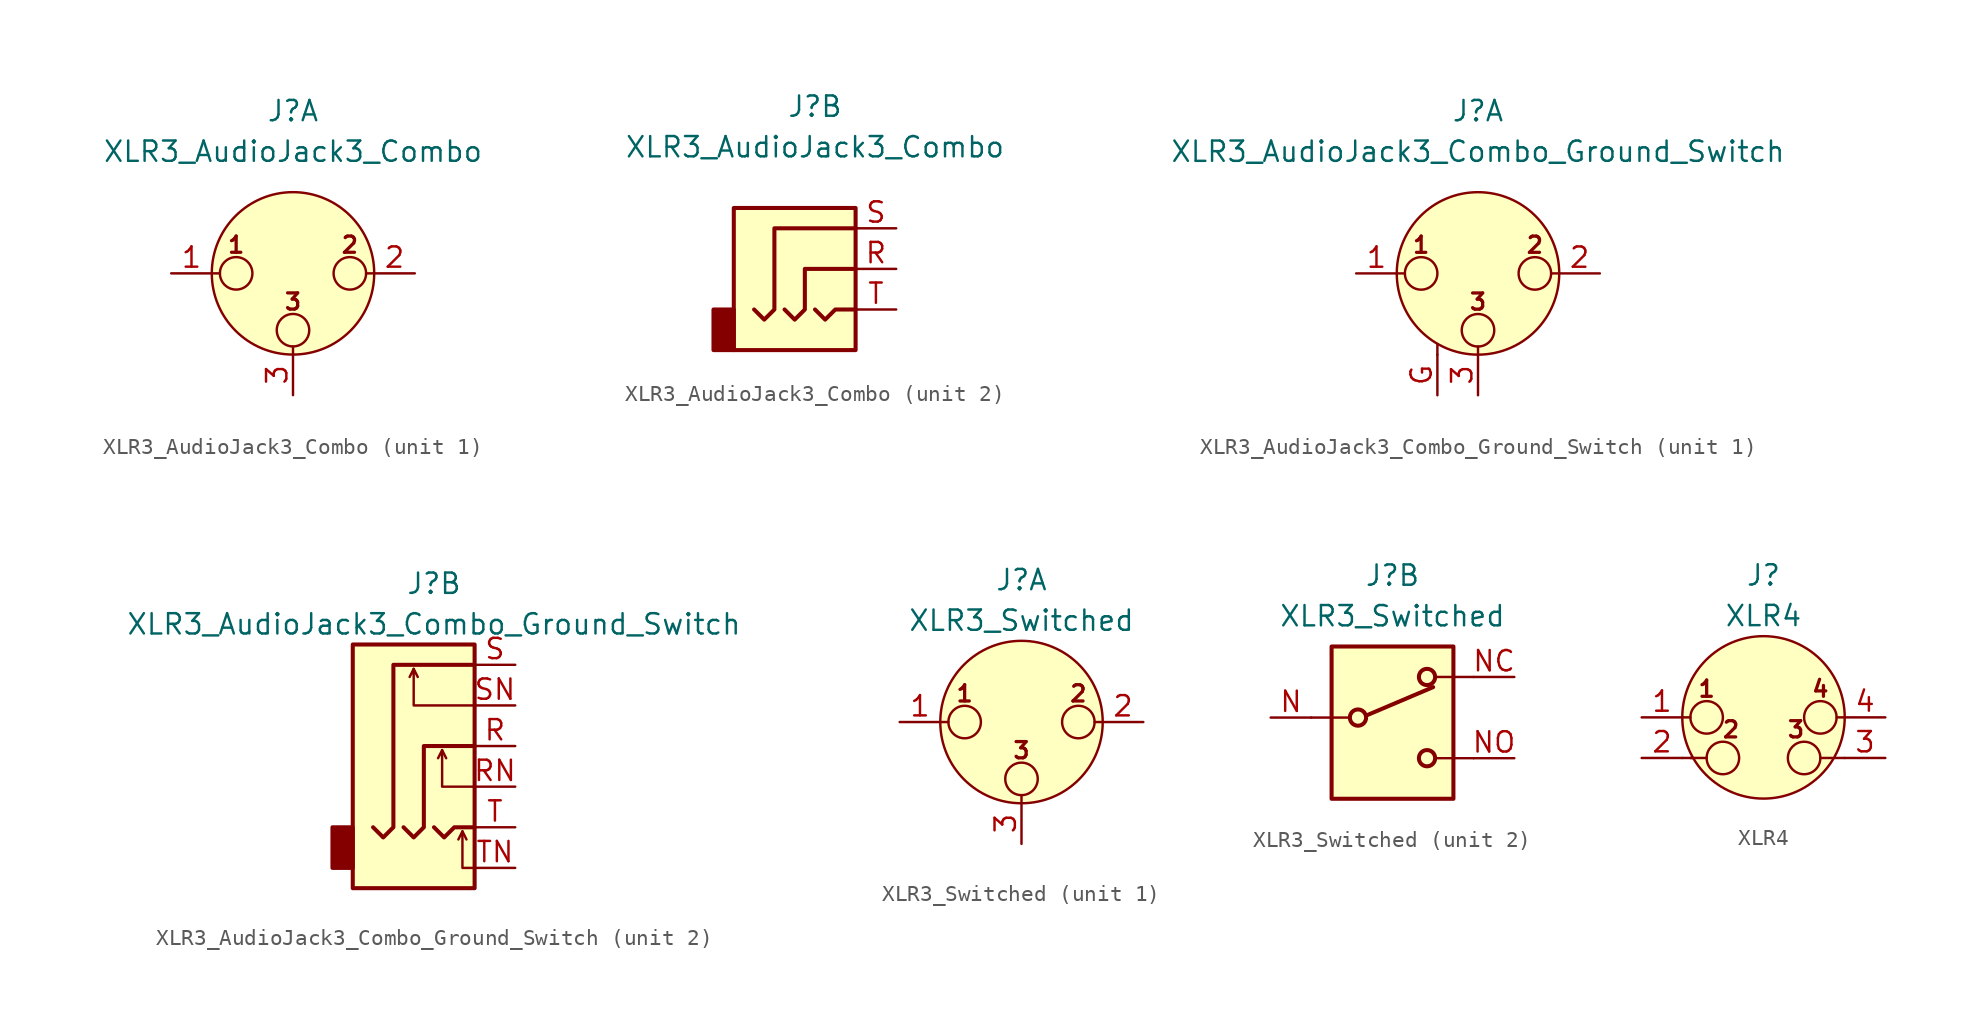
<source format=kicad_sym>
(kicad_symbol_lib
  (version 20220914)
  (generator kicad_symbol_editor)
  (symbol "XLR3_AudioJack3_Combo"
    (pin_names hide)
    (property "Reference" "J"
      (at 0 10.16 0)
      (effects (font (size 1.27 1.27))))
    (property "Value" "XLR3_AudioJack3_Combo"
      (at 0 7.62 0)
      (effects (font (size 1.27 1.27))))
    (symbol "XLR3_AudioJack3_Combo_1_1"
      (circle (center -3.556 0) (radius 1.016) (stroke (width 0) (type default)) (fill (type none)))
      (circle (center 0 -3.556) (radius 1.016) (stroke (width 0) (type default)) (fill (type none)))
      (polyline (pts (xy -5.08 0) (xy -4.572 0)) (stroke (width 0) (type default)) (fill (type none)))
      (polyline (pts (xy 0 -5.08) (xy 0 -4.572)) (stroke (width 0) (type default)) (fill (type none)))
      (polyline (pts (xy 5.08 0) (xy 4.572 0)) (stroke (width 0) (type default)) (fill (type none)))
      (circle (center 0 0) (radius 5.08) (stroke (width 0) (type default)) (fill (type background)))
      (circle (center 3.556 0) (radius 1.016) (stroke (width 0) (type default)) (fill (type none)))
      (text "1" (at -3.556 1.778 0) (effects (font (size 1.016 1.016) bold)))
      (text "2" (at 3.556 1.778 0) (effects (font (size 1.016 1.016) bold)))
      (text "3" (at 0 -1.778 0) (effects (font (size 1.016 1.016) bold)))
      (pin passive line (at -7.62 0 0) (length 2.54) (name "~" (effects (font (size 1.27 1.27)))) (number "1" (effects (font (size 1.27 1.27)))))
      (pin passive line (at 7.62 0 180) (length 2.54) (name "~" (effects (font (size 1.27 1.27)))) (number "2" (effects (font (size 1.27 1.27)))))
      (pin passive line (at 0 -7.62 90) (length 2.54) (name "~" (effects (font (size 1.27 1.27)))) (number "3" (effects (font (size 1.27 1.27))))))
    (symbol "XLR3_AudioJack3_Combo_2_1"
      (rectangle (start -5.08 -2.54) (end -6.35 -5.08) (stroke (width 0.254) (type default)) (fill (type outline)))
      (polyline (pts (xy 0 -2.54) (xy 0.635 -3.175) (xy 1.27 -2.54) (xy 2.54 -2.54)) (stroke (width 0.254) (type default)) (fill (type none)))
      (polyline (pts (xy -1.905 -2.54) (xy -1.27 -3.175) (xy -0.635 -2.54) (xy -0.635 0) (xy 2.54 0)) (stroke (width 0.254) (type default)) (fill (type none)))
      (polyline (pts (xy 2.54 2.54) (xy -2.54 2.54) (xy -2.54 -2.54) (xy -3.175 -3.175) (xy -3.81 -2.54)) (stroke (width 0.254) (type default)) (fill (type none)))
      (rectangle (start 2.54 3.81) (end -5.08 -5.08) (stroke (width 0.254) (type default)) (fill (type background)))
      (pin passive line (at 5.08 0 180) (length 2.54) (name "~" (effects (font (size 1.27 1.27)))) (number "R" (effects (font (size 1.27 1.27)))))
      (pin passive line (at 5.08 2.54 180) (length 2.54) (name "~" (effects (font (size 1.27 1.27)))) (number "S" (effects (font (size 1.27 1.27)))))
      (pin passive line (at 5.08 -2.54 180) (length 2.54) (name "~" (effects (font (size 1.27 1.27)))) (number "T" (effects (font (size 1.27 1.27)))))))
  (symbol "XLR3_AudioJack3_Combo_Ground_Switch"
    (pin_names hide)
    (property "Reference" "J"
      (at 0 10.16 0)
      (effects (font (size 1.27 1.27))))
    (property "Value" "XLR3_AudioJack3_Combo_Ground_Switch"
      (at 0 7.62 0)
      (effects (font (size 1.27 1.27))))
    (symbol "XLR3_AudioJack3_Combo_Ground_Switch_1_1"
      (circle (center -3.556 0) (radius 1.016) (stroke (width 0) (type default)) (fill (type none)))
      (circle (center 0 -3.556) (radius 1.016) (stroke (width 0) (type default)) (fill (type none)))
      (polyline (pts (xy -5.08 0) (xy -4.572 0)) (stroke (width 0) (type default)) (fill (type none)))
      (polyline (pts (xy -2.54 -5.08) (xy -2.54 -4.445)) (stroke (width 0) (type default)) (fill (type none)))
      (polyline (pts (xy 0 -5.08) (xy 0 -4.572)) (stroke (width 0) (type default)) (fill (type none)))
      (polyline (pts (xy 5.08 0) (xy 4.572 0)) (stroke (width 0) (type default)) (fill (type none)))
      (circle (center 0 0) (radius 5.08) (stroke (width 0) (type default)) (fill (type background)))
      (circle (center 3.556 0) (radius 1.016) (stroke (width 0) (type default)) (fill (type none)))
      (text "1" (at -3.556 1.778 0) (effects (font (size 1.016 1.016) bold)))
      (text "2" (at 3.556 1.778 0) (effects (font (size 1.016 1.016) bold)))
      (text "3" (at 0 -1.778 0) (effects (font (size 1.016 1.016) bold)))
      (pin passive line (at -7.62 0 0) (length 2.54) (name "~" (effects (font (size 1.27 1.27)))) (number "1" (effects (font (size 1.27 1.27)))))
      (pin passive line (at 7.62 0 180) (length 2.54) (name "~" (effects (font (size 1.27 1.27)))) (number "2" (effects (font (size 1.27 1.27)))))
      (pin passive line (at 0 -7.62 90) (length 2.54) (name "~" (effects (font (size 1.27 1.27)))) (number "3" (effects (font (size 1.27 1.27)))))
      (pin passive line (at -2.54 -7.62 90) (length 2.54) (name "~" (effects (font (size 1.27 1.27)))) (number "G" (effects (font (size 1.27 1.27))))))
    (symbol "XLR3_AudioJack3_Combo_Ground_Switch_2_1"
      (rectangle (start -5.08 -5.08) (end -6.35 -7.62) (stroke (width 0.254) (type default)) (fill (type outline)))
      (polyline (pts (xy -1.27 4.826) (xy -1.016 4.318)) (stroke (width 0) (type default)) (fill (type none)))
      (polyline (pts (xy 0.508 -0.254) (xy 0.762 -0.762)) (stroke (width 0) (type default)) (fill (type none)))
      (polyline (pts (xy 1.778 -5.334) (xy 2.032 -5.842)) (stroke (width 0) (type default)) (fill (type none)))
      (polyline (pts (xy 0 -5.08) (xy 0.635 -5.715) (xy 1.27 -5.08) (xy 2.54 -5.08)) (stroke (width 0.254) (type default)) (fill (type none)))
      (polyline (pts (xy 2.54 -7.62) (xy 1.778 -7.62) (xy 1.778 -5.334) (xy 1.524 -5.842)) (stroke (width 0) (type default)) (fill (type none)))
      (polyline (pts (xy 2.54 -2.54) (xy 0.508 -2.54) (xy 0.508 -0.254) (xy 0.254 -0.762)) (stroke (width 0) (type default)) (fill (type none)))
      (polyline (pts (xy 2.54 2.54) (xy -1.27 2.54) (xy -1.27 4.826) (xy -1.524 4.318)) (stroke (width 0) (type default)) (fill (type none)))
      (polyline (pts (xy -1.905 -5.08) (xy -1.27 -5.715) (xy -0.635 -5.08) (xy -0.635 0) (xy 2.54 0)) (stroke (width 0.254) (type default)) (fill (type none)))
      (polyline (pts (xy 2.54 5.08) (xy -2.54 5.08) (xy -2.54 -5.08) (xy -3.175 -5.715) (xy -3.81 -5.08)) (stroke (width 0.254) (type default)) (fill (type none)))
      (rectangle (start 2.54 6.35) (end -5.08 -8.89) (stroke (width 0.254) (type default)) (fill (type background)))
      (pin passive line (at 5.08 0 180) (length 2.54) (name "~" (effects (font (size 1.27 1.27)))) (number "R" (effects (font (size 1.27 1.27)))))
      (pin passive line (at 5.08 -2.54 180) (length 2.54) (name "~" (effects (font (size 1.27 1.27)))) (number "RN" (effects (font (size 1.27 1.27)))))
      (pin passive line (at 5.08 5.08 180) (length 2.54) (name "~" (effects (font (size 1.27 1.27)))) (number "S" (effects (font (size 1.27 1.27)))))
      (pin passive line (at 5.08 2.54 180) (length 2.54) (name "~" (effects (font (size 1.27 1.27)))) (number "SN" (effects (font (size 1.27 1.27)))))
      (pin passive line (at 5.08 -5.08 180) (length 2.54) (name "~" (effects (font (size 1.27 1.27)))) (number "T" (effects (font (size 1.27 1.27)))))
      (pin passive line (at 5.08 -7.62 180) (length 2.54) (name "~" (effects (font (size 1.27 1.27)))) (number "TN" (effects (font (size 1.27 1.27)))))))
  (symbol "XLR3_Switched"
    (pin_names hide)
    (property "Reference" "J"
      (at 0 8.89 0)
      (effects (font (size 1.27 1.27))))
    (property "Value" "XLR3_Switched"
      (at 0 6.35 0)
      (effects (font (size 1.27 1.27))))
    (symbol "XLR3_Switched_1_1"
      (circle (center -3.556 0) (radius 1.016) (stroke (width 0) (type default)) (fill (type none)))
      (circle (center 0 -3.556) (radius 1.016) (stroke (width 0) (type default)) (fill (type none)))
      (polyline (pts (xy -5.08 0) (xy -4.572 0)) (stroke (width 0) (type default)) (fill (type none)))
      (polyline (pts (xy 0 -5.08) (xy 0 -4.572)) (stroke (width 0) (type default)) (fill (type none)))
      (polyline (pts (xy 5.08 0) (xy 4.572 0)) (stroke (width 0) (type default)) (fill (type none)))
      (circle (center 0 0) (radius 5.08) (stroke (width 0) (type default)) (fill (type background)))
      (circle (center 3.556 0) (radius 1.016) (stroke (width 0) (type default)) (fill (type none)))
      (text "1" (at -3.556 1.778 0) (effects (font (size 1.016 1.016) bold)))
      (text "2" (at 3.556 1.778 0) (effects (font (size 1.016 1.016) bold)))
      (text "3" (at 0 -1.778 0) (effects (font (size 1.016 1.016) bold)))
      (pin passive line (at -7.62 0 0) (length 2.54) (name "~" (effects (font (size 1.27 1.27)))) (number "1" (effects (font (size 1.27 1.27)))))
      (pin passive line (at 7.62 0 180) (length 2.54) (name "~" (effects (font (size 1.27 1.27)))) (number "2" (effects (font (size 1.27 1.27)))))
      (pin passive line (at 0 -7.62 90) (length 2.54) (name "~" (effects (font (size 1.27 1.27)))) (number "3" (effects (font (size 1.27 1.27))))))
    (symbol "XLR3_Switched_2_1"
      (rectangle (start -3.81 4.445) (end 3.81 -5.08) (stroke (width 0.254) (type default)) (fill (type background)))
      (circle (center -2.159 0) (radius 0.508) (stroke (width 0.254) (type default)) (fill (type none)))
      (polyline (pts (xy -5.08 0) (xy -2.794 0)) (stroke (width 0) (type default)) (fill (type none)))
      (polyline (pts (xy -1.651 0.127) (xy 2.54 1.905)) (stroke (width 0.254) (type default)) (fill (type none)))
      (polyline (pts (xy 5.08 -2.54) (xy 2.794 -2.54)) (stroke (width 0) (type default)) (fill (type none)))
      (polyline (pts (xy 5.08 2.54) (xy 2.794 2.54)) (stroke (width 0) (type default)) (fill (type none)))
      (circle (center 2.159 -2.54) (radius 0.508) (stroke (width 0.254) (type default)) (fill (type none)))
      (circle (center 2.159 2.54) (radius 0.508) (stroke (width 0.254) (type default)) (fill (type none)))
      (pin passive line (at -7.62 0 0) (length 2.54) (name "~" (effects (font (size 1.27 1.27)))) (number "N" (effects (font (size 1.27 1.27)))))
      (pin passive line (at 7.62 2.54 180) (length 2.54) (name "~" (effects (font (size 1.27 1.27)))) (number "NC" (effects (font (size 1.27 1.27)))))
      (pin passive line (at 7.62 -2.54 180) (length 2.54) (name "~" (effects (font (size 1.27 1.27)))) (number "NO" (effects (font (size 1.27 1.27)))))))
  (symbol "XLR4"
    (pin_names hide)
    (property "Reference" "J"
      (at 0 8.89 0)
      (effects (font (size 1.27 1.27))))
    (property "Value" "XLR4"
      (at 0 6.35 0)
      (effects (font (size 1.27 1.27))))
    (symbol "XLR4_0_1"
      (circle (center -3.556 0) (radius 1.016) (stroke (width 0) (type default)) (fill (type none)))
      (circle (center -2.54 -2.54) (radius 1.016) (stroke (width 0) (type default)) (fill (type none)))
      (polyline (pts (xy -5.08 -2.54) (xy -4.445 -2.54)) (stroke (width 0) (type default)) (fill (type none)))
      (polyline (pts (xy -5.08 0) (xy -4.572 0)) (stroke (width 0) (type default)) (fill (type none)))
      (polyline (pts (xy -4.572 -2.54) (xy -3.556 -2.54)) (stroke (width 0) (type default)) (fill (type none)))
      (polyline (pts (xy 4.318 -2.54) (xy 3.556 -2.54)) (stroke (width 0) (type default)) (fill (type none)))
      (polyline (pts (xy 5.08 -2.54) (xy 4.445 -2.54)) (stroke (width 0) (type default)) (fill (type none)))
      (polyline (pts (xy 5.08 0) (xy 4.572 0)) (stroke (width 0) (type default)) (fill (type none)))
      (circle (center 0 0) (radius 5.08) (stroke (width 0) (type default)) (fill (type background)))
      (circle (center 2.54 -2.54) (radius 1.016) (stroke (width 0) (type default)) (fill (type none)))
      (circle (center 3.556 0) (radius 1.016) (stroke (width 0) (type default)) (fill (type none)))
      (text "1" (at -3.556 1.778 0) (effects (font (size 1.016 1.016) bold)))
      (text "2" (at -2.032 -0.762 0) (effects (font (size 1.016 1.016) bold)))
      (text "3" (at 2.032 -0.762 0) (effects (font (size 1.016 1.016) bold)))
      (text "4" (at 3.556 1.778 0) (effects (font (size 1.016 1.016) bold))))
    (symbol "XLR4_1_1"
      (pin passive line (at -7.62 0 0) (length 2.54) (name "~" (effects (font (size 1.27 1.27)))) (number "1" (effects (font (size 1.27 1.27)))))
      (pin passive line (at -7.62 -2.54 0) (length 2.54) (name "~" (effects (font (size 1.27 1.27)))) (number "2" (effects (font (size 1.27 1.27)))))
      (pin passive line (at 7.62 -2.54 180) (length 2.54) (name "~" (effects (font (size 1.27 1.27)))) (number "3" (effects (font (size 1.27 1.27)))))
      (pin passive line (at 7.62 0 180) (length 2.54) (name "~" (effects (font (size 1.27 1.27)))) (number "4" (effects (font (size 1.27 1.27))))))))
</source>
